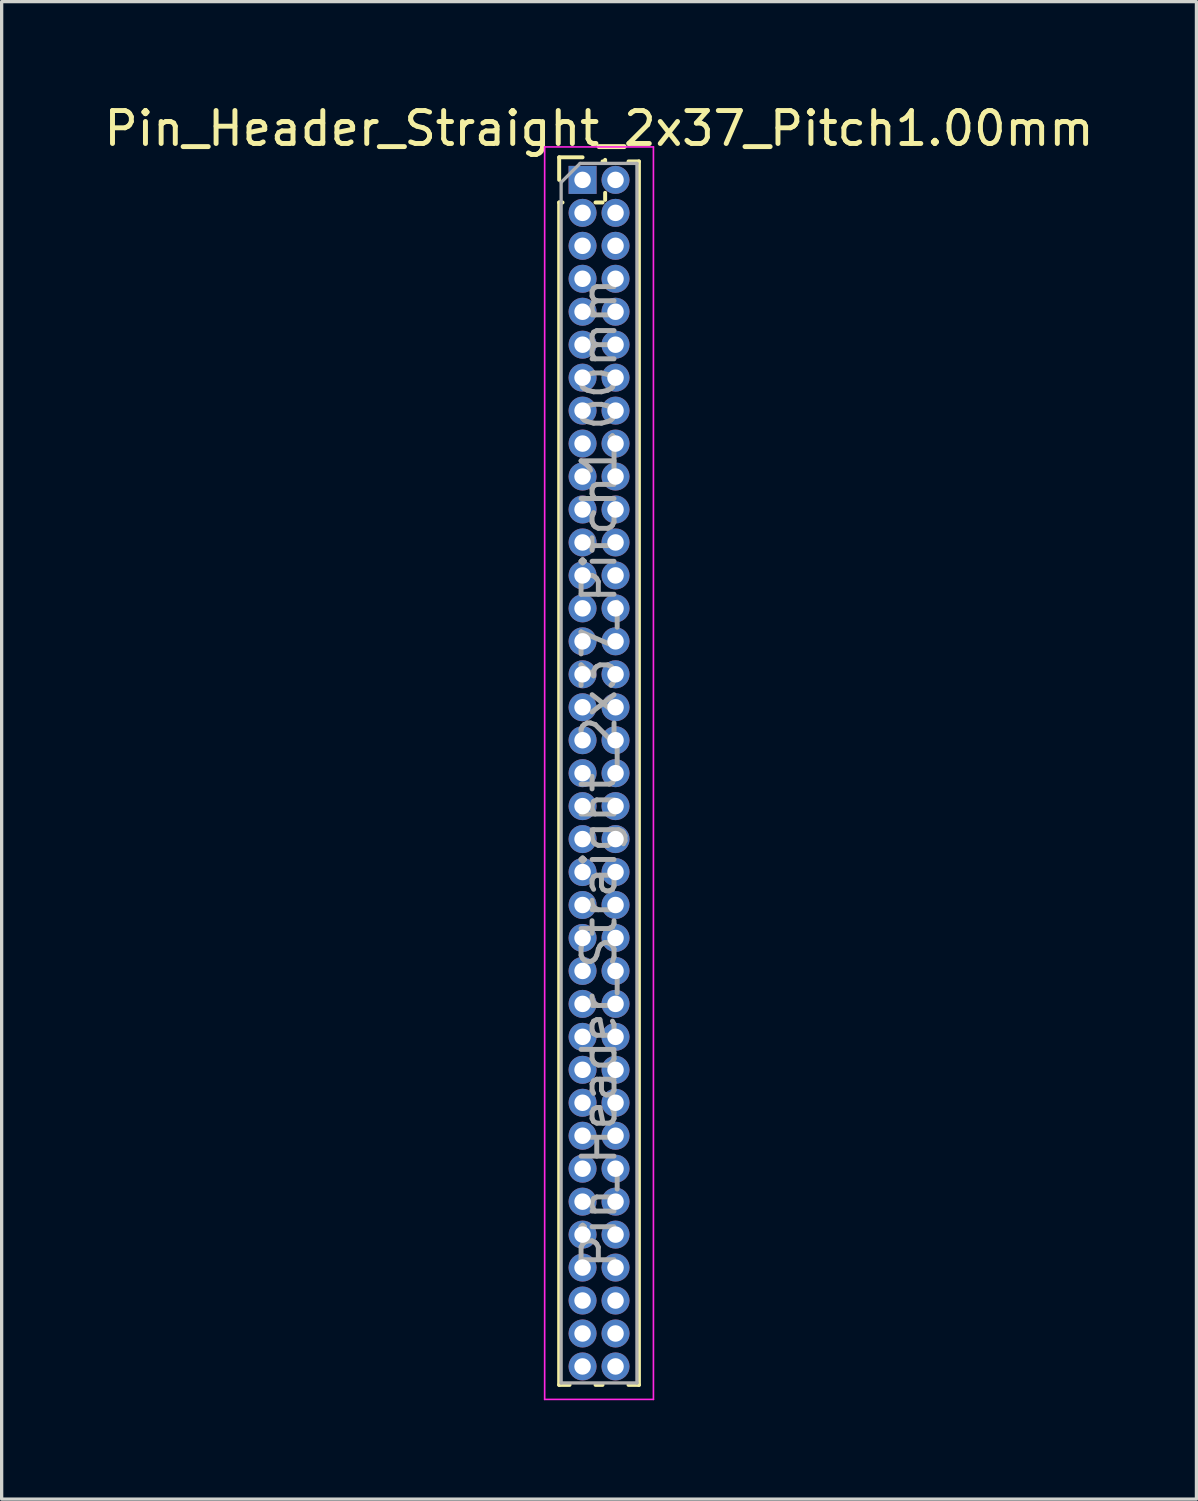
<source format=kicad_pcb>
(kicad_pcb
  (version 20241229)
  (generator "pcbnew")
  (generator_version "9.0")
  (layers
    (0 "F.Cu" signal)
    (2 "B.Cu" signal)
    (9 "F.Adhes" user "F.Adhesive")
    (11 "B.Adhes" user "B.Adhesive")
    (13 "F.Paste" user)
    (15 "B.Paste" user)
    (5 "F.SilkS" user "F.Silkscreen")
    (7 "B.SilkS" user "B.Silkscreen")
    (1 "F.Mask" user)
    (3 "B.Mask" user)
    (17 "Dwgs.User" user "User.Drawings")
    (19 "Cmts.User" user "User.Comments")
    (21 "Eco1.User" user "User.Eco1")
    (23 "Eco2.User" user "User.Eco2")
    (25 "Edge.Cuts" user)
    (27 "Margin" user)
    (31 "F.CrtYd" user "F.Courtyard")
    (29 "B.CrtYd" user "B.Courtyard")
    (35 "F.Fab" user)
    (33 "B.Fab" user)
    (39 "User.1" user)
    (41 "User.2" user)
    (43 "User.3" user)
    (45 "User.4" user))
  (footprint "Pin_Header_Straight_2x37_Pitch1.00mm"
    (layer "F.Cu")
    (at 14.625 2.408)
    (property "Reference" "Pin_Header_Straight_2x37_Pitch1.00mm" (at 0.5 -1.56 0) (layer "F.SilkS") (effects (font (size 1 1) (thickness 0.15))))
    (attr through_hole)
    (fp_line (start -0.71 -0.685) (end 0 -0.685) (stroke (width 0.12) (type solid)) (layer "F.SilkS"))
    (fp_line (start -0.71 0) (end -0.71 -0.685) (stroke (width 0.12) (type solid)) (layer "F.SilkS"))
    (fp_line (start -0.71 0.685) (end -0.71 36.56) (stroke (width 0.12) (type solid)) (layer "F.SilkS"))
    (fp_line (start -0.71 0.685) (end -0.608 0.685) (stroke (width 0.12) (type solid)) (layer "F.SilkS"))
    (fp_line (start -0.71 36.56) (end -0.394 36.56) (stroke (width 0.12) (type solid)) (layer "F.SilkS"))
    (fp_line (start 0.394 36.56) (end 0.606 36.56) (stroke (width 0.12) (type solid)) (layer "F.SilkS"))
    (fp_line (start 0.608 0.685) (end 0.392 0.685) (stroke (width 0.12) (type solid)) (layer "F.SilkS"))
    (fp_line (start 0.685 -0.608) (end 0.685 -0.56) (stroke (width 0.12) (type solid)) (layer "F.SilkS"))
    (fp_line (start 0.685 -0.56) (end 0.606 -0.56) (stroke (width 0.12) (type solid)) (layer "F.SilkS"))
    (fp_line (start 0.685 0.392) (end 0.685 0.608) (stroke (width 0.12) (type solid)) (layer "F.SilkS"))
    (fp_line (start 1.394 -0.56) (end 1.71 -0.56) (stroke (width 0.12) (type solid)) (layer "F.SilkS"))
    (fp_line (start 1.394 36.56) (end 1.71 36.56) (stroke (width 0.12) (type solid)) (layer "F.SilkS"))
    (fp_line (start 1.71 -0.56) (end 1.71 36.56) (stroke (width 0.12) (type solid)) (layer "F.SilkS"))
    (fp_line (start -1.15 -1) (end -1.15 37) (stroke (width 0.05) (type solid)) (layer "F.CrtYd"))
    (fp_line (start -1.15 37) (end 2.15 37) (stroke (width 0.05) (type solid)) (layer "F.CrtYd"))
    (fp_line (start 2.15 -1) (end -1.15 -1) (stroke (width 0.05) (type solid)) (layer "F.CrtYd"))
    (fp_line (start 2.15 37) (end 2.15 -1) (stroke (width 0.05) (type solid)) (layer "F.CrtYd"))
    (fp_line (start -0.65 0.075) (end -0.075 -0.5) (stroke (width 0.1) (type solid)) (layer "F.Fab"))
    (fp_line (start -0.65 36.5) (end -0.65 0.075) (stroke (width 0.1) (type solid)) (layer "F.Fab"))
    (fp_line (start -0.075 -0.5) (end 1.65 -0.5) (stroke (width 0.1) (type solid)) (layer "F.Fab"))
    (fp_line (start 1.65 -0.5) (end 1.65 36.5) (stroke (width 0.1) (type solid)) (layer "F.Fab"))
    (fp_line (start 1.65 36.5) (end -0.65 36.5) (stroke (width 0.1) (type solid)) (layer "F.Fab"))
    (fp_text user "${REFERENCE}" (at 0.5 18 90) (layer "F.Fab") (effects (font (size 1 1) (thickness 0.15))))
    (pad "1" thru_hole rect (at 0 0) (size 0.85 0.85) (drill 0.5) (layers "*.Cu" "*.Mask"))
    (pad "2" thru_hole oval (at 1 0) (size 0.85 0.85) (drill 0.5) (layers "*.Cu" "*.Mask"))
    (pad "3" thru_hole oval (at 0 1) (size 0.85 0.85) (drill 0.5) (layers "*.Cu" "*.Mask"))
    (pad "4" thru_hole oval (at 1 1) (size 0.85 0.85) (drill 0.5) (layers "*.Cu" "*.Mask"))
    (pad "5" thru_hole oval (at 0 2) (size 0.85 0.85) (drill 0.5) (layers "*.Cu" "*.Mask"))
    (pad "6" thru_hole oval (at 1 2) (size 0.85 0.85) (drill 0.5) (layers "*.Cu" "*.Mask"))
    (pad "7" thru_hole oval (at 0 3) (size 0.85 0.85) (drill 0.5) (layers "*.Cu" "*.Mask"))
    (pad "8" thru_hole oval (at 1 3) (size 0.85 0.85) (drill 0.5) (layers "*.Cu" "*.Mask"))
    (pad "9" thru_hole oval (at 0 4) (size 0.85 0.85) (drill 0.5) (layers "*.Cu" "*.Mask"))
    (pad "10" thru_hole oval (at 1 4) (size 0.85 0.85) (drill 0.5) (layers "*.Cu" "*.Mask"))
    (pad "11" thru_hole oval (at 0 5) (size 0.85 0.85) (drill 0.5) (layers "*.Cu" "*.Mask"))
    (pad "12" thru_hole oval (at 1 5) (size 0.85 0.85) (drill 0.5) (layers "*.Cu" "*.Mask"))
    (pad "13" thru_hole oval (at 0 6) (size 0.85 0.85) (drill 0.5) (layers "*.Cu" "*.Mask"))
    (pad "14" thru_hole oval (at 1 6) (size 0.85 0.85) (drill 0.5) (layers "*.Cu" "*.Mask"))
    (pad "15" thru_hole oval (at 0 7) (size 0.85 0.85) (drill 0.5) (layers "*.Cu" "*.Mask"))
    (pad "16" thru_hole oval (at 1 7) (size 0.85 0.85) (drill 0.5) (layers "*.Cu" "*.Mask"))
    (pad "17" thru_hole oval (at 0 8) (size 0.85 0.85) (drill 0.5) (layers "*.Cu" "*.Mask"))
    (pad "18" thru_hole oval (at 1 8) (size 0.85 0.85) (drill 0.5) (layers "*.Cu" "*.Mask"))
    (pad "19" thru_hole oval (at 0 9) (size 0.85 0.85) (drill 0.5) (layers "*.Cu" "*.Mask"))
    (pad "20" thru_hole oval (at 1 9) (size 0.85 0.85) (drill 0.5) (layers "*.Cu" "*.Mask"))
    (pad "21" thru_hole oval (at 0 10) (size 0.85 0.85) (drill 0.5) (layers "*.Cu" "*.Mask"))
    (pad "22" thru_hole oval (at 1 10) (size 0.85 0.85) (drill 0.5) (layers "*.Cu" "*.Mask"))
    (pad "23" thru_hole oval (at 0 11) (size 0.85 0.85) (drill 0.5) (layers "*.Cu" "*.Mask"))
    (pad "24" thru_hole oval (at 1 11) (size 0.85 0.85) (drill 0.5) (layers "*.Cu" "*.Mask"))
    (pad "25" thru_hole oval (at 0 12) (size 0.85 0.85) (drill 0.5) (layers "*.Cu" "*.Mask"))
    (pad "26" thru_hole oval (at 1 12) (size 0.85 0.85) (drill 0.5) (layers "*.Cu" "*.Mask"))
    (pad "27" thru_hole oval (at 0 13) (size 0.85 0.85) (drill 0.5) (layers "*.Cu" "*.Mask"))
    (pad "28" thru_hole oval (at 1 13) (size 0.85 0.85) (drill 0.5) (layers "*.Cu" "*.Mask"))
    (pad "29" thru_hole oval (at 0 14) (size 0.85 0.85) (drill 0.5) (layers "*.Cu" "*.Mask"))
    (pad "30" thru_hole oval (at 1 14) (size 0.85 0.85) (drill 0.5) (layers "*.Cu" "*.Mask"))
    (pad "31" thru_hole oval (at 0 15) (size 0.85 0.85) (drill 0.5) (layers "*.Cu" "*.Mask"))
    (pad "32" thru_hole oval (at 1 15) (size 0.85 0.85) (drill 0.5) (layers "*.Cu" "*.Mask"))
    (pad "33" thru_hole oval (at 0 16) (size 0.85 0.85) (drill 0.5) (layers "*.Cu" "*.Mask"))
    (pad "34" thru_hole oval (at 1 16) (size 0.85 0.85) (drill 0.5) (layers "*.Cu" "*.Mask"))
    (pad "35" thru_hole oval (at 0 17) (size 0.85 0.85) (drill 0.5) (layers "*.Cu" "*.Mask"))
    (pad "36" thru_hole oval (at 1 17) (size 0.85 0.85) (drill 0.5) (layers "*.Cu" "*.Mask"))
    (pad "37" thru_hole oval (at 0 18) (size 0.85 0.85) (drill 0.5) (layers "*.Cu" "*.Mask"))
    (pad "38" thru_hole oval (at 1 18) (size 0.85 0.85) (drill 0.5) (layers "*.Cu" "*.Mask"))
    (pad "39" thru_hole oval (at 0 19) (size 0.85 0.85) (drill 0.5) (layers "*.Cu" "*.Mask"))
    (pad "40" thru_hole oval (at 1 19) (size 0.85 0.85) (drill 0.5) (layers "*.Cu" "*.Mask"))
    (pad "41" thru_hole oval (at 0 20) (size 0.85 0.85) (drill 0.5) (layers "*.Cu" "*.Mask"))
    (pad "42" thru_hole oval (at 1 20) (size 0.85 0.85) (drill 0.5) (layers "*.Cu" "*.Mask"))
    (pad "43" thru_hole oval (at 0 21) (size 0.85 0.85) (drill 0.5) (layers "*.Cu" "*.Mask"))
    (pad "44" thru_hole oval (at 1 21) (size 0.85 0.85) (drill 0.5) (layers "*.Cu" "*.Mask"))
    (pad "45" thru_hole oval (at 0 22) (size 0.85 0.85) (drill 0.5) (layers "*.Cu" "*.Mask"))
    (pad "46" thru_hole oval (at 1 22) (size 0.85 0.85) (drill 0.5) (layers "*.Cu" "*.Mask"))
    (pad "47" thru_hole oval (at 0 23) (size 0.85 0.85) (drill 0.5) (layers "*.Cu" "*.Mask"))
    (pad "48" thru_hole oval (at 1 23) (size 0.85 0.85) (drill 0.5) (layers "*.Cu" "*.Mask"))
    (pad "49" thru_hole oval (at 0 24) (size 0.85 0.85) (drill 0.5) (layers "*.Cu" "*.Mask"))
    (pad "50" thru_hole oval (at 1 24) (size 0.85 0.85) (drill 0.5) (layers "*.Cu" "*.Mask"))
    (pad "51" thru_hole oval (at 0 25) (size 0.85 0.85) (drill 0.5) (layers "*.Cu" "*.Mask"))
    (pad "52" thru_hole oval (at 1 25) (size 0.85 0.85) (drill 0.5) (layers "*.Cu" "*.Mask"))
    (pad "53" thru_hole oval (at 0 26) (size 0.85 0.85) (drill 0.5) (layers "*.Cu" "*.Mask"))
    (pad "54" thru_hole oval (at 1 26) (size 0.85 0.85) (drill 0.5) (layers "*.Cu" "*.Mask"))
    (pad "55" thru_hole oval (at 0 27) (size 0.85 0.85) (drill 0.5) (layers "*.Cu" "*.Mask"))
    (pad "56" thru_hole oval (at 1 27) (size 0.85 0.85) (drill 0.5) (layers "*.Cu" "*.Mask"))
    (pad "57" thru_hole oval (at 0 28) (size 0.85 0.85) (drill 0.5) (layers "*.Cu" "*.Mask"))
    (pad "58" thru_hole oval (at 1 28) (size 0.85 0.85) (drill 0.5) (layers "*.Cu" "*.Mask"))
    (pad "59" thru_hole oval (at 0 29) (size 0.85 0.85) (drill 0.5) (layers "*.Cu" "*.Mask"))
    (pad "60" thru_hole oval (at 1 29) (size 0.85 0.85) (drill 0.5) (layers "*.Cu" "*.Mask"))
    (pad "61" thru_hole oval (at 0 30) (size 0.85 0.85) (drill 0.5) (layers "*.Cu" "*.Mask"))
    (pad "62" thru_hole oval (at 1 30) (size 0.85 0.85) (drill 0.5) (layers "*.Cu" "*.Mask"))
    (pad "63" thru_hole oval (at 0 31) (size 0.85 0.85) (drill 0.5) (layers "*.Cu" "*.Mask"))
    (pad "64" thru_hole oval (at 1 31) (size 0.85 0.85) (drill 0.5) (layers "*.Cu" "*.Mask"))
    (pad "65" thru_hole oval (at 0 32) (size 0.85 0.85) (drill 0.5) (layers "*.Cu" "*.Mask"))
    (pad "66" thru_hole oval (at 1 32) (size 0.85 0.85) (drill 0.5) (layers "*.Cu" "*.Mask"))
    (pad "67" thru_hole oval (at 0 33) (size 0.85 0.85) (drill 0.5) (layers "*.Cu" "*.Mask"))
    (pad "68" thru_hole oval (at 1 33) (size 0.85 0.85) (drill 0.5) (layers "*.Cu" "*.Mask"))
    (pad "69" thru_hole oval (at 0 34) (size 0.85 0.85) (drill 0.5) (layers "*.Cu" "*.Mask"))
    (pad "70" thru_hole oval (at 1 34) (size 0.85 0.85) (drill 0.5) (layers "*.Cu" "*.Mask"))
    (pad "71" thru_hole oval (at 0 35) (size 0.85 0.85) (drill 0.5) (layers "*.Cu" "*.Mask"))
    (pad "72" thru_hole oval (at 1 35) (size 0.85 0.85) (drill 0.5) (layers "*.Cu" "*.Mask"))
    (pad "73" thru_hole oval (at 0 36) (size 0.85 0.85) (drill 0.5) (layers "*.Cu" "*.Mask"))
    (pad "74" thru_hole oval (at 1 36) (size 0.85 0.85) (drill 0.5) (layers "*.Cu" "*.Mask")))
  (gr_rect
    (start -3 -3)
    (end 33.25 42.433)
    (stroke (width 0.1) (type default))
    (fill no)
    (layer "Edge.Cuts")))
</source>
